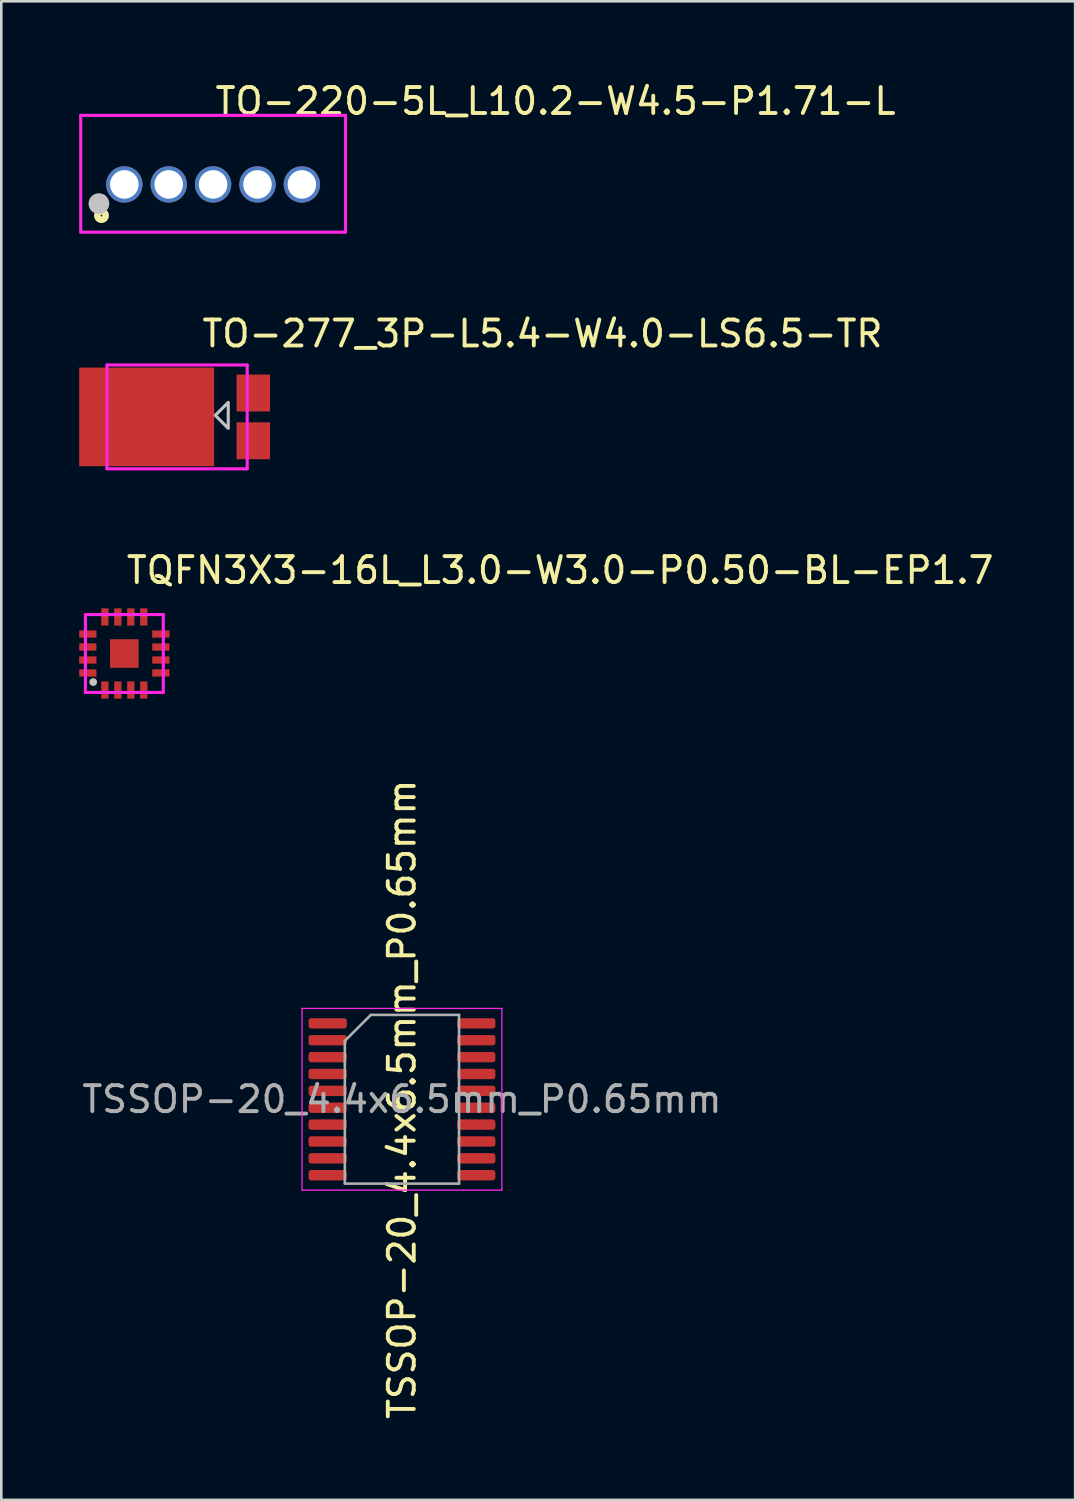
<source format=kicad_pcb>
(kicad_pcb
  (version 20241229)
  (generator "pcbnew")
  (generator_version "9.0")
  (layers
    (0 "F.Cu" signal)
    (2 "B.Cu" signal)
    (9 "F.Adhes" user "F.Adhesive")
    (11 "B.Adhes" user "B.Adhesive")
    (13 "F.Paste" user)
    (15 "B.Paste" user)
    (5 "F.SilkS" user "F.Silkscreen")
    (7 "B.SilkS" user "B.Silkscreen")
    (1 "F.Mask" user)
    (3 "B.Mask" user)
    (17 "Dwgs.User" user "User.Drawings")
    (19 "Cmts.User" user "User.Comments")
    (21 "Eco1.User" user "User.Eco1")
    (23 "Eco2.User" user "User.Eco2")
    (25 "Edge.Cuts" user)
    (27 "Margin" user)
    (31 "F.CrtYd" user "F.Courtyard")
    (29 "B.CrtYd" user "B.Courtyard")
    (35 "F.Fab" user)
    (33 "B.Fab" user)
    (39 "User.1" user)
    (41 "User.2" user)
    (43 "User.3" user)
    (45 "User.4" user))
  (footprint "TQFN3X3-16L_L3.0-W3.0-P0.50-BL-EP1.7"
    (layer "F.Cu")
    (at 1.74 22.126)
    (property "Reference" "TQFN3X3-16L_L3.0-W3.0-P0.50-BL-EP1.7" (at 0 -3.207 0) (layer "F.SilkS") (effects (font (size 1 1) (thickness 0.15)) (justify left)))
    (attr through_hole)
    (fp_circle (center -1.2 1.1) (end -1.125 1.1) (stroke (width 0.15) (type solid)) (fill no) (layer "Dwgs.User"))
    (fp_circle (center -1.5 1.5) (end -1.47 1.5) (stroke (width 0.06) (type solid)) (fill no) (layer "Eco2.User"))
    (fp_poly (pts (xy -1.1 -0.625) (xy -1.1 -0.875) (xy -1.5 -0.875) (xy -1.5 -0.625)) (stroke (width 0.12) (type solid)) (fill no) (layer "Eco2.User"))
    (fp_poly (pts (xy -1.1 -0.125) (xy -1.1 -0.375) (xy -1.5 -0.375) (xy -1.5 -0.125)) (stroke (width 0.12) (type solid)) (fill no) (layer "Eco2.User"))
    (fp_poly (pts (xy -1.1 0.375) (xy -1.1 0.125) (xy -1.5 0.125) (xy -1.5 0.375)) (stroke (width 0.12) (type solid)) (fill no) (layer "Eco2.User"))
    (fp_poly (pts (xy -1.1 0.875) (xy -1.1 0.625) (xy -1.5 0.625) (xy -1.5 0.875)) (stroke (width 0.12) (type solid)) (fill no) (layer "Eco2.User"))
    (fp_poly (pts (xy -0.875 -1.5) (xy -0.875 -1.1) (xy -0.625 -1.1) (xy -0.625 -1.5)) (stroke (width 0.12) (type solid)) (fill no) (layer "Eco2.User"))
    (fp_poly (pts (xy -0.875 1.5) (xy -0.875 1.1) (xy -0.625 1.1) (xy -0.625 1.5)) (stroke (width 0.12) (type solid)) (fill no) (layer "Eco2.User"))
    (fp_poly (pts (xy -0.375 -1.5) (xy -0.375 -1.1) (xy -0.125 -1.1) (xy -0.125 -1.5)) (stroke (width 0.12) (type solid)) (fill no) (layer "Eco2.User"))
    (fp_poly (pts (xy -0.375 1.5) (xy -0.375 1.1) (xy -0.125 1.1) (xy -0.125 1.5)) (stroke (width 0.12) (type solid)) (fill no) (layer "Eco2.User"))
    (fp_poly (pts (xy 0.125 -1.5) (xy 0.125 -1.1) (xy 0.375 -1.1) (xy 0.375 -1.5)) (stroke (width 0.12) (type solid)) (fill no) (layer "Eco2.User"))
    (fp_poly (pts (xy 0.125 1.5) (xy 0.125 1.1) (xy 0.375 1.1) (xy 0.375 1.5)) (stroke (width 0.12) (type solid)) (fill no) (layer "Eco2.User"))
    (fp_poly (pts (xy 0.625 -1.5) (xy 0.625 -1.1) (xy 0.875 -1.1) (xy 0.875 -1.5)) (stroke (width 0.12) (type solid)) (fill no) (layer "Eco2.User"))
    (fp_poly (pts (xy 0.625 1.5) (xy 0.625 1.1) (xy 0.875 1.1) (xy 0.875 1.5)) (stroke (width 0.12) (type solid)) (fill no) (layer "Eco2.User"))
    (fp_poly (pts (xy 1.1 -0.625) (xy 1.1 -0.875) (xy 1.5 -0.875) (xy 1.5 -0.625)) (stroke (width 0.12) (type solid)) (fill no) (layer "Eco2.User"))
    (fp_poly (pts (xy 1.1 -0.125) (xy 1.1 -0.375) (xy 1.5 -0.375) (xy 1.5 -0.125)) (stroke (width 0.12) (type solid)) (fill no) (layer "Eco2.User"))
    (fp_poly (pts (xy 1.1 0.375) (xy 1.1 0.125) (xy 1.5 0.125) (xy 1.5 0.375)) (stroke (width 0.12) (type solid)) (fill no) (layer "Eco2.User"))
    (fp_poly (pts (xy 1.1 0.875) (xy 1.1 0.625) (xy 1.5 0.625) (xy 1.5 0.875)) (stroke (width 0.12) (type solid)) (fill no) (layer "Eco2.User"))
    (fp_poly (pts (xy -0.55 0.44) (xy -0.55 -0.55) (xy 0.55 -0.55) (xy 0.55 0.55) (xy -0.44 0.55)) (stroke (width 0.12) (type solid)) (fill no) (layer "Eco2.User"))
    (fp_line (start -1.5 -1.5) (end 1.5 -1.5) (stroke (width 0.12) (type solid)) (layer "F.CrtYd"))
    (fp_line (start -1.5 1.5) (end -1.5 -1.5) (stroke (width 0.12) (type solid)) (layer "F.CrtYd"))
    (fp_line (start 1.5 -1.5) (end 1.5 1.5) (stroke (width 0.12) (type solid)) (layer "F.CrtYd"))
    (fp_line (start 1.5 1.5) (end -1.5 1.5) (stroke (width 0.12) (type solid)) (layer "F.CrtYd"))
    (pad "1" smd rect (at -0.75 1.407) (size 0.28 0.665) (layers "F.Cu" "F.Mask" "F.Paste"))
    (pad "2" smd rect (at -0.25 1.407) (size 0.28 0.665) (layers "F.Cu" "F.Mask" "F.Paste"))
    (pad "3" smd rect (at 0.25 1.407) (size 0.28 0.665) (layers "F.Cu" "F.Mask" "F.Paste"))
    (pad "4" smd rect (at 0.75 1.407) (size 0.28 0.665) (layers "F.Cu" "F.Mask" "F.Paste"))
    (pad "5" smd rect (at 1.407 0.75) (size 0.665 0.28) (layers "F.Cu" "F.Mask" "F.Paste"))
    (pad "6" smd rect (at 1.407 0.25) (size 0.665 0.28) (layers "F.Cu" "F.Mask" "F.Paste"))
    (pad "7" smd rect (at 1.407 -0.25) (size 0.665 0.28) (layers "F.Cu" "F.Mask" "F.Paste"))
    (pad "8" smd rect (at 1.407 -0.75) (size 0.665 0.28) (layers "F.Cu" "F.Mask" "F.Paste"))
    (pad "9" smd rect (at 0.75 -1.407) (size 0.28 0.665) (layers "F.Cu" "F.Mask" "F.Paste"))
    (pad "10" smd rect (at 0.25 -1.407) (size 0.28 0.665) (layers "F.Cu" "F.Mask" "F.Paste"))
    (pad "11" smd rect (at -0.25 -1.407) (size 0.28 0.665) (layers "F.Cu" "F.Mask" "F.Paste"))
    (pad "12" smd rect (at -0.75 -1.407) (size 0.28 0.665) (layers "F.Cu" "F.Mask" "F.Paste"))
    (pad "13" smd rect (at -1.407 -0.75) (size 0.665 0.28) (layers "F.Cu" "F.Mask" "F.Paste"))
    (pad "14" smd rect (at -1.407 -0.25) (size 0.665 0.28) (layers "F.Cu" "F.Mask" "F.Paste"))
    (pad "15" smd rect (at -1.407 0.25) (size 0.665 0.28) (layers "F.Cu" "F.Mask" "F.Paste"))
    (pad "16" smd rect (at -1.407 0.75) (size 0.665 0.28) (layers "F.Cu" "F.Mask" "F.Paste"))
    (pad "17" smd rect (at 0 0) (size 1.1 1.1) (layers "F.Cu" "F.Mask" "F.Paste")))
  (footprint "TSSOP-20_4.4x6.5mm_P0.65mm"
    (layer "F.Cu")
    (at 12.435 39.3)
    (property "Reference" "TSSOP-20_4.4x6.5mm_P0.65mm" (at 0 0 90) (layer "F.SilkS") (effects (font (size 1 1) (thickness 0.15))))
    (attr smd)
    (fp_line (start -3.85 -3.5) (end -3.85 3.5) (stroke (width 0.05) (type solid)) (layer "F.CrtYd"))
    (fp_line (start -3.85 3.5) (end 3.85 3.5) (stroke (width 0.05) (type solid)) (layer "F.CrtYd"))
    (fp_line (start 3.85 -3.5) (end -3.85 -3.5) (stroke (width 0.05) (type solid)) (layer "F.CrtYd"))
    (fp_line (start 3.85 3.5) (end 3.85 -3.5) (stroke (width 0.05) (type solid)) (layer "F.CrtYd"))
    (fp_line (start -2.2 -2.25) (end -1.2 -3.25) (stroke (width 0.1) (type solid)) (layer "F.Fab"))
    (fp_line (start -2.2 3.25) (end -2.2 -2.25) (stroke (width 0.1) (type solid)) (layer "F.Fab"))
    (fp_line (start -1.2 -3.25) (end 2.2 -3.25) (stroke (width 0.1) (type solid)) (layer "F.Fab"))
    (fp_line (start 2.2 -3.25) (end 2.2 3.25) (stroke (width 0.1) (type solid)) (layer "F.Fab"))
    (fp_line (start 2.2 3.25) (end -2.2 3.25) (stroke (width 0.1) (type solid)) (layer "F.Fab"))
    (fp_text user "${REFERENCE}" (at 0 0 0) (layer "F.Fab") (effects (font (size 1 1) (thickness 0.15))))
    (pad "1" smd roundrect (at -2.862 -2.925) (size 1.475 0.4) (layers "F.Cu" "F.Mask" "F.Paste") (roundrect_rratio 0.25))
    (pad "2" smd roundrect (at -2.862 -2.275) (size 1.475 0.4) (layers "F.Cu" "F.Mask" "F.Paste") (roundrect_rratio 0.25))
    (pad "3" smd roundrect (at -2.862 -1.625) (size 1.475 0.4) (layers "F.Cu" "F.Mask" "F.Paste") (roundrect_rratio 0.25))
    (pad "4" smd roundrect (at -2.862 -0.975) (size 1.475 0.4) (layers "F.Cu" "F.Mask" "F.Paste") (roundrect_rratio 0.25))
    (pad "5" smd roundrect (at -2.862 -0.325) (size 1.475 0.4) (layers "F.Cu" "F.Mask" "F.Paste") (roundrect_rratio 0.25))
    (pad "6" smd roundrect (at -2.862 0.325) (size 1.475 0.4) (layers "F.Cu" "F.Mask" "F.Paste") (roundrect_rratio 0.25))
    (pad "7" smd roundrect (at -2.862 0.975) (size 1.475 0.4) (layers "F.Cu" "F.Mask" "F.Paste") (roundrect_rratio 0.25))
    (pad "8" smd roundrect (at -2.862 1.625) (size 1.475 0.4) (layers "F.Cu" "F.Mask" "F.Paste") (roundrect_rratio 0.25))
    (pad "9" smd roundrect (at -2.862 2.275) (size 1.475 0.4) (layers "F.Cu" "F.Mask" "F.Paste") (roundrect_rratio 0.25))
    (pad "10" smd roundrect (at -2.862 2.925) (size 1.475 0.4) (layers "F.Cu" "F.Mask" "F.Paste") (roundrect_rratio 0.25))
    (pad "11" smd roundrect (at 2.862 2.925) (size 1.475 0.4) (layers "F.Cu" "F.Mask" "F.Paste") (roundrect_rratio 0.25))
    (pad "12" smd roundrect (at 2.862 2.275) (size 1.475 0.4) (layers "F.Cu" "F.Mask" "F.Paste") (roundrect_rratio 0.25))
    (pad "13" smd roundrect (at 2.862 1.625) (size 1.475 0.4) (layers "F.Cu" "F.Mask" "F.Paste") (roundrect_rratio 0.25))
    (pad "14" smd roundrect (at 2.862 0.975) (size 1.475 0.4) (layers "F.Cu" "F.Mask" "F.Paste") (roundrect_rratio 0.25))
    (pad "15" smd roundrect (at 2.862 0.325) (size 1.475 0.4) (layers "F.Cu" "F.Mask" "F.Paste") (roundrect_rratio 0.25))
    (pad "16" smd roundrect (at 2.862 -0.325) (size 1.475 0.4) (layers "F.Cu" "F.Mask" "F.Paste") (roundrect_rratio 0.25))
    (pad "17" smd roundrect (at 2.862 -0.975) (size 1.475 0.4) (layers "F.Cu" "F.Mask" "F.Paste") (roundrect_rratio 0.25))
    (pad "18" smd roundrect (at 2.862 -1.625) (size 1.475 0.4) (layers "F.Cu" "F.Mask" "F.Paste") (roundrect_rratio 0.25))
    (pad "19" smd roundrect (at 2.862 -2.275) (size 1.475 0.4) (layers "F.Cu" "F.Mask" "F.Paste") (roundrect_rratio 0.25))
    (pad "20" smd roundrect (at 2.862 -2.925) (size 1.475 0.4) (layers "F.Cu" "F.Mask" "F.Paste") (roundrect_rratio 0.25)))
  (footprint "TO-277_3P-L5.4-W4.0-LS6.5-TR"
    (layer "F.Cu")
    (at 4.654 13.011)
    (property "Reference" "TO-277_3P-L5.4-W4.0-LS6.5-TR" (at 0 -3.207 0) (layer "F.SilkS") (effects (font (size 1 1) (thickness 0.15)) (justify left)))
    (attr through_hole)
    (fp_poly (pts (xy 0.589 -0.06) (xy 1.089 -0.56) (xy 1.089 0.44)) (stroke (width 0.12) (type solid)) (fill no) (layer "Dwgs.User"))
    (fp_poly (pts (xy 1.777 -1.37) (xy 2.327 -1.37) (xy 2.327 -0.47) (xy 1.777 -0.47)) (stroke (width 0.12) (type solid)) (fill no) (layer "Eco2.User"))
    (fp_poly (pts (xy 1.777 0.47) (xy 2.327 0.47) (xy 2.327 1.37) (xy 1.777 1.37)) (stroke (width 0.12) (type solid)) (fill no) (layer "Eco2.User"))
    (fp_poly (pts (xy -3.401 0.86) (xy -4.221 0.86) (xy -4.221 -0.94) (xy -3.401 -0.94) (xy -3.401 -1.6) (xy 0.179 -1.6) (xy 0.179 1.48) (xy -3.401 1.48)) (stroke (width 0.12) (type solid)) (fill no) (layer "Eco2.User"))
    (fp_line (start -3.581 -2) (end 1.819 -2) (stroke (width 0.12) (type solid)) (layer "F.CrtYd"))
    (fp_line (start -3.581 2) (end -3.581 -2) (stroke (width 0.12) (type solid)) (layer "F.CrtYd"))
    (fp_line (start 1.819 -2) (end 1.819 2) (stroke (width 0.12) (type solid)) (layer "F.CrtYd"))
    (fp_line (start 1.819 2) (end -3.581 2) (stroke (width 0.12) (type solid)) (layer "F.CrtYd"))
    (pad "1" smd rect (at 2.054 -0.92) (size 1.29 1.422) (layers "F.Cu" "F.Mask" "F.Paste"))
    (pad "2" smd rect (at -2.054 0) (size 5.2 3.8) (layers "F.Cu" "F.Mask" "F.Paste"))
    (pad "3" smd rect (at 2.054 0.92) (size 1.29 1.422) (layers "F.Cu" "F.Mask" "F.Paste")))
  (footprint "TO-220-5L_L10.2-W4.5-P1.71-L"
    (layer "F.Cu")
    (at 5.16 4.055)
    (property "Reference" "TO-220-5L_L10.2-W4.5-P1.71-L" (at 0 -3.207 0) (layer "F.SilkS") (effects (font (size 1 1) (thickness 0.15)) (justify left)))
    (attr through_hole)
    (fp_circle (center -4.3 1.2) (end -4.14 1.2) (stroke (width 0.254) (type solid)) (fill no) (layer "F.SilkS"))
    (fp_circle (center -4.4 0.74) (end -4.2 0.74) (stroke (width 0.4) (type solid)) (fill no) (layer "Dwgs.User"))
    (fp_circle (center -5.1 1.84) (end -5.07 1.84) (stroke (width 0.06) (type solid)) (fill no) (layer "Eco2.User"))
    (fp_poly (pts (xy -2.975 0.25) (xy -3.865 0.25) (xy -3.865 -0.25) (xy -2.975 -0.25)) (stroke (width 0.12) (type solid)) (fill no) (layer "Eco2.User"))
    (fp_poly (pts (xy -1.265 0.25) (xy -2.155 0.25) (xy -2.155 -0.25) (xy -1.265 -0.25)) (stroke (width 0.12) (type solid)) (fill no) (layer "Eco2.User"))
    (fp_poly (pts (xy 0.445 0.25) (xy -0.445 0.25) (xy -0.445 -0.25) (xy 0.445 -0.25)) (stroke (width 0.12) (type solid)) (fill no) (layer "Eco2.User"))
    (fp_poly (pts (xy 2.155 0.25) (xy 1.265 0.25) (xy 1.265 -0.25) (xy 2.155 -0.25)) (stroke (width 0.12) (type solid)) (fill no) (layer "Eco2.User"))
    (fp_poly (pts (xy 3.865 0.25) (xy 2.975 0.25) (xy 2.975 -0.25) (xy 3.865 -0.25)) (stroke (width 0.12) (type solid)) (fill no) (layer "Eco2.User"))
    (fp_line (start -5.1 -2.66) (end 5.1 -2.66) (stroke (width 0.12) (type solid)) (layer "F.CrtYd"))
    (fp_line (start -5.1 1.84) (end -5.1 -2.66) (stroke (width 0.12) (type solid)) (layer "F.CrtYd"))
    (fp_line (start 5.1 -2.66) (end 5.1 1.84) (stroke (width 0.12) (type solid)) (layer "F.CrtYd"))
    (fp_line (start 5.1 1.84) (end -5.1 1.84) (stroke (width 0.12) (type solid)) (layer "F.CrtYd"))
    (pad "1" thru_hole circle (at -3.42 0 180) (size 1.4 1.4) (drill 1.1) (layers "*.Cu" "*.Mask"))
    (pad "2" thru_hole circle (at -1.71 0 180) (size 1.4 1.4) (drill 1.1) (layers "*.Cu" "*.Mask"))
    (pad "3" thru_hole circle (at 0 0 180) (size 1.4 1.4) (drill 1.1) (layers "*.Cu" "*.Mask"))
    (pad "4" thru_hole circle (at 1.71 0 180) (size 1.4 1.4) (drill 1.1) (layers "*.Cu" "*.Mask"))
    (pad "5" thru_hole circle (at 3.42 0 180) (size 1.4 1.4) (drill 1.1) (layers "*.Cu" "*.Mask")))
  (gr_rect
    (start -3 -3)
    (end 38.37 54.734)
    (stroke (width 0.1) (type default))
    (fill no)
    (layer "Edge.Cuts")))
</source>
